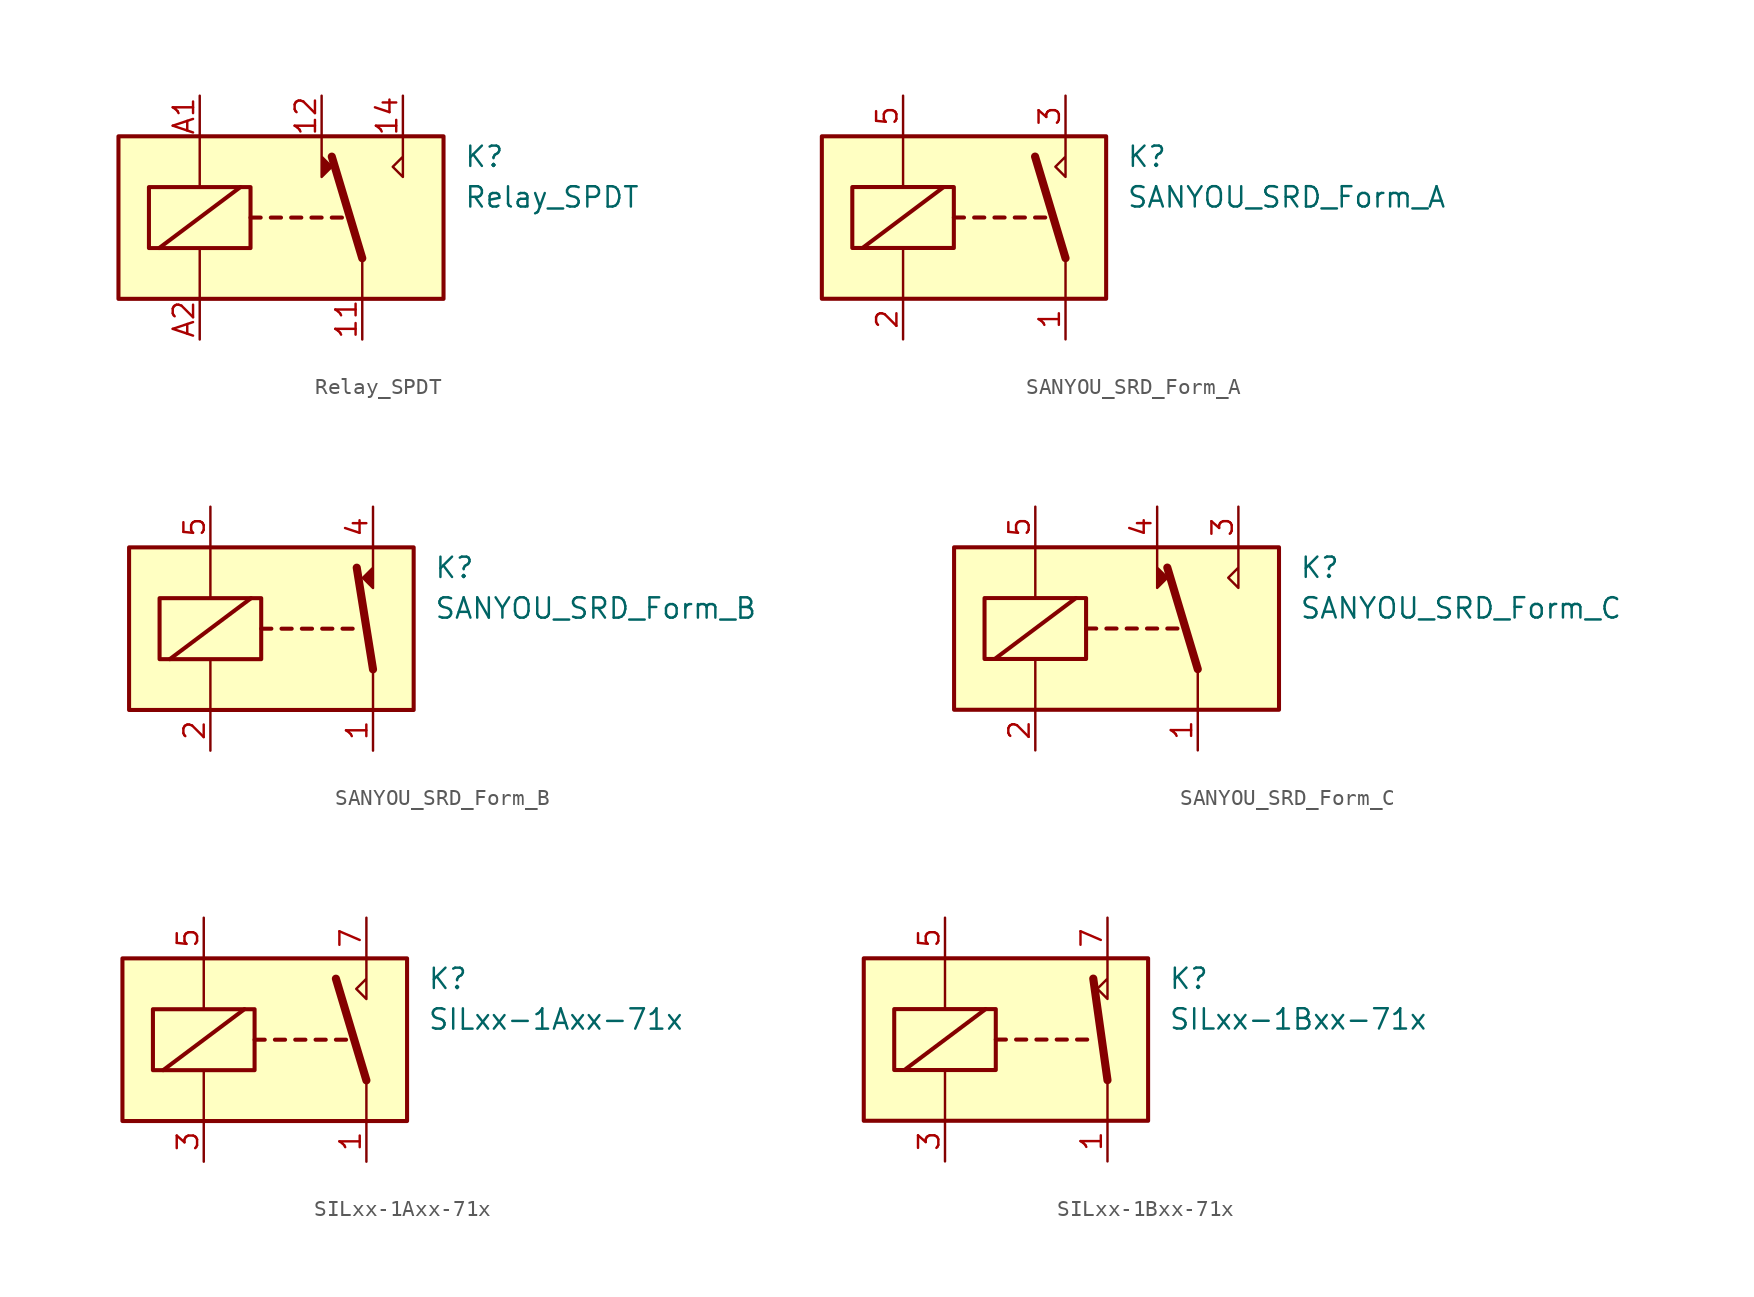
<source format=kicad_sym>
(kicad_symbol_lib
  (version 20241209)
  (generator "kicad_symbol_editor")
  (generator_version "9.0")
  (symbol "Relay_SPDT"
    (property "Reference" "K"
      (at 11.43 3.81 0)
      (effects (font (size 1.27 1.27)) (justify left)))
    (property "Value" "Relay_SPDT"
      (at 11.43 1.27 0)
      (effects (font (size 1.27 1.27)) (justify left)))
    (symbol "Relay_SPDT_0_0"
      (polyline (pts (xy 7.62 5.08) (xy 7.62 2.54) (xy 6.985 3.175) (xy 7.62 3.81)) (stroke (width 0) (type default)) (fill (type none))))
    (symbol "Relay_SPDT_0_1"
      (rectangle (start -10.16 5.08) (end 10.16 -5.08) (stroke (width 0.254) (type default)) (fill (type background)))
      (rectangle (start -8.255 1.905) (end -1.905 -1.905) (stroke (width 0.254) (type default)) (fill (type none)))
      (polyline (pts (xy -7.62 -1.905) (xy -2.54 1.905)) (stroke (width 0.254) (type default)) (fill (type none)))
      (polyline (pts (xy -5.08 5.08) (xy -5.08 1.905)) (stroke (width 0) (type default)) (fill (type none)))
      (polyline (pts (xy -5.08 -5.08) (xy -5.08 -1.905)) (stroke (width 0) (type default)) (fill (type none)))
      (polyline (pts (xy -1.905 0) (xy -1.27 0)) (stroke (width 0.254) (type default)) (fill (type none)))
      (polyline (pts (xy -0.635 0) (xy 0 0)) (stroke (width 0.254) (type default)) (fill (type none)))
      (polyline (pts (xy 0.635 0) (xy 1.27 0)) (stroke (width 0.254) (type default)) (fill (type none)))
      (polyline (pts (xy 1.905 0) (xy 2.54 0)) (stroke (width 0.254) (type default)) (fill (type none)))
      (polyline (pts (xy 2.54 5.08) (xy 2.54 2.54) (xy 3.175 3.175) (xy 2.54 3.81)) (stroke (width 0) (type default)) (fill (type outline)))
      (polyline (pts (xy 3.175 0) (xy 3.81 0)) (stroke (width 0.254) (type default)) (fill (type none)))
      (polyline (pts (xy 5.08 -2.54) (xy 3.175 3.81)) (stroke (width 0.508) (type default)) (fill (type none)))
      (polyline (pts (xy 5.08 -2.54) (xy 5.08 -5.08)) (stroke (width 0) (type default)) (fill (type none))))
    (symbol "Relay_SPDT_1_1"
      (pin passive line (at -5.08 7.62 270) (length 2.54) (name "~" (effects (font (size 1.27 1.27)))) (number "A1" (effects (font (size 1.27 1.27)))))
      (pin passive line (at -5.08 -7.62 90) (length 2.54) (name "~" (effects (font (size 1.27 1.27)))) (number "A2" (effects (font (size 1.27 1.27)))))
      (pin passive line (at 2.54 7.62 270) (length 2.54) (name "~" (effects (font (size 1.27 1.27)))) (number "12" (effects (font (size 1.27 1.27)))))
      (pin passive line (at 5.08 -7.62 90) (length 2.54) (name "~" (effects (font (size 1.27 1.27)))) (number "11" (effects (font (size 1.27 1.27)))))
      (pin passive line (at 7.62 7.62 270) (length 2.54) (name "~" (effects (font (size 1.27 1.27)))) (number "14" (effects (font (size 1.27 1.27)))))))
  (symbol "SANYOU_SRD_Form_A"
    (property "Reference" "K"
      (at 8.89 3.81 0)
      (effects (font (size 1.27 1.27)) (justify left)))
    (property "Value" "SANYOU_SRD_Form_A"
      (at 8.89 1.27 0)
      (effects (font (size 1.27 1.27)) (justify left)))
    (symbol "SANYOU_SRD_Form_A_0_0"
      (polyline (pts (xy 5.08 5.08) (xy 5.08 2.54) (xy 4.445 3.175) (xy 5.08 3.81)) (stroke (width 0) (type default)) (fill (type none))))
    (symbol "SANYOU_SRD_Form_A_0_1"
      (rectangle (start -10.16 5.08) (end 7.62 -5.08) (stroke (width 0.254) (type default)) (fill (type background)))
      (rectangle (start -8.255 1.905) (end -1.905 -1.905) (stroke (width 0.254) (type default)) (fill (type none)))
      (polyline (pts (xy -7.62 -1.905) (xy -2.54 1.905)) (stroke (width 0.254) (type default)) (fill (type none)))
      (polyline (pts (xy -5.08 5.08) (xy -5.08 1.905)) (stroke (width 0) (type default)) (fill (type none)))
      (polyline (pts (xy -5.08 -5.08) (xy -5.08 -1.905)) (stroke (width 0) (type default)) (fill (type none)))
      (polyline (pts (xy -1.905 0) (xy -1.27 0)) (stroke (width 0.254) (type default)) (fill (type none)))
      (polyline (pts (xy -0.635 0) (xy 0 0)) (stroke (width 0.254) (type default)) (fill (type none)))
      (polyline (pts (xy 0.635 0) (xy 1.27 0)) (stroke (width 0.254) (type default)) (fill (type none)))
      (polyline (pts (xy 1.905 0) (xy 2.54 0)) (stroke (width 0.254) (type default)) (fill (type none)))
      (polyline (pts (xy 3.175 0) (xy 3.81 0)) (stroke (width 0.254) (type default)) (fill (type none)))
      (polyline (pts (xy 5.08 -2.54) (xy 3.175 3.81)) (stroke (width 0.508) (type default)) (fill (type none)))
      (polyline (pts (xy 5.08 -2.54) (xy 5.08 -5.08)) (stroke (width 0) (type default)) (fill (type none))))
    (symbol "SANYOU_SRD_Form_A_1_1"
      (pin passive line (at -5.08 7.62 270) (length 2.54) (name "~" (effects (font (size 1.27 1.27)))) (number "5" (effects (font (size 1.27 1.27)))))
      (pin passive line (at -5.08 -7.62 90) (length 2.54) (name "~" (effects (font (size 1.27 1.27)))) (number "2" (effects (font (size 1.27 1.27)))))
      (pin passive line (at 5.08 7.62 270) (length 2.54) (name "~" (effects (font (size 1.27 1.27)))) (number "3" (effects (font (size 1.27 1.27)))))
      (pin passive line (at 5.08 -7.62 90) (length 2.54) (name "~" (effects (font (size 1.27 1.27)))) (number "1" (effects (font (size 1.27 1.27)))))))
  (symbol "SANYOU_SRD_Form_B"
    (property "Reference" "K"
      (at 8.89 3.81 0)
      (effects (font (size 1.27 1.27)) (justify left)))
    (property "Value" "SANYOU_SRD_Form_B"
      (at 8.89 1.27 0)
      (effects (font (size 1.27 1.27)) (justify left)))
    (symbol "SANYOU_SRD_Form_B_0_1"
      (rectangle (start -10.16 5.08) (end 7.62 -5.08) (stroke (width 0.254) (type default)) (fill (type background)))
      (rectangle (start -8.255 1.905) (end -1.905 -1.905) (stroke (width 0.254) (type default)) (fill (type none)))
      (polyline (pts (xy -7.62 -1.905) (xy -2.54 1.905)) (stroke (width 0.254) (type default)) (fill (type none)))
      (polyline (pts (xy -5.08 5.08) (xy -5.08 1.905)) (stroke (width 0) (type default)) (fill (type none)))
      (polyline (pts (xy -5.08 -5.08) (xy -5.08 -1.905)) (stroke (width 0) (type default)) (fill (type none)))
      (polyline (pts (xy -1.905 0) (xy -1.27 0)) (stroke (width 0.254) (type default)) (fill (type none)))
      (polyline (pts (xy -0.635 0) (xy 0 0)) (stroke (width 0.254) (type default)) (fill (type none)))
      (polyline (pts (xy 0.635 0) (xy 1.27 0)) (stroke (width 0.254) (type default)) (fill (type none)))
      (polyline (pts (xy 1.905 0) (xy 2.54 0)) (stroke (width 0.254) (type default)) (fill (type none)))
      (polyline (pts (xy 3.175 0) (xy 3.81 0)) (stroke (width 0.254) (type default)) (fill (type none)))
      (polyline (pts (xy 5.08 3.81) (xy 4.445 3.175) (xy 5.08 2.54) (xy 5.08 5.08)) (stroke (width 0) (type default)) (fill (type outline)))
      (polyline (pts (xy 5.08 -2.54) (xy 4.064 3.81)) (stroke (width 0.508) (type default)) (fill (type none)))
      (polyline (pts (xy 5.08 -2.54) (xy 5.08 -5.08)) (stroke (width 0) (type default)) (fill (type none))))
    (symbol "SANYOU_SRD_Form_B_1_1"
      (pin passive line (at -5.08 7.62 270) (length 2.54) (name "~" (effects (font (size 1.27 1.27)))) (number "5" (effects (font (size 1.27 1.27)))))
      (pin passive line (at -5.08 -7.62 90) (length 2.54) (name "~" (effects (font (size 1.27 1.27)))) (number "2" (effects (font (size 1.27 1.27)))))
      (pin passive line (at 5.08 7.62 270) (length 2.54) (name "~" (effects (font (size 1.27 1.27)))) (number "4" (effects (font (size 1.27 1.27)))))
      (pin passive line (at 5.08 -7.62 90) (length 2.54) (name "~" (effects (font (size 1.27 1.27)))) (number "1" (effects (font (size 1.27 1.27)))))))
  (symbol "SANYOU_SRD_Form_C"
    (property "Reference" "K"
      (at 11.43 3.81 0)
      (effects (font (size 1.27 1.27)) (justify left)))
    (property "Value" "SANYOU_SRD_Form_C"
      (at 11.43 1.27 0)
      (effects (font (size 1.27 1.27)) (justify left)))
    (symbol "SANYOU_SRD_Form_C_0_0"
      (polyline (pts (xy 7.62 5.08) (xy 7.62 2.54) (xy 6.985 3.175) (xy 7.62 3.81)) (stroke (width 0) (type default)) (fill (type none))))
    (symbol "SANYOU_SRD_Form_C_0_1"
      (rectangle (start -10.16 5.08) (end 10.16 -5.08) (stroke (width 0.254) (type default)) (fill (type background)))
      (rectangle (start -8.255 1.905) (end -1.905 -1.905) (stroke (width 0.254) (type default)) (fill (type none)))
      (polyline (pts (xy -7.62 -1.905) (xy -2.54 1.905)) (stroke (width 0.254) (type default)) (fill (type none)))
      (polyline (pts (xy -5.08 5.08) (xy -5.08 1.905)) (stroke (width 0) (type default)) (fill (type none)))
      (polyline (pts (xy -5.08 -5.08) (xy -5.08 -1.905)) (stroke (width 0) (type default)) (fill (type none)))
      (polyline (pts (xy -1.905 0) (xy -1.27 0)) (stroke (width 0.254) (type default)) (fill (type none)))
      (polyline (pts (xy -0.635 0) (xy 0 0)) (stroke (width 0.254) (type default)) (fill (type none)))
      (polyline (pts (xy 0.635 0) (xy 1.27 0)) (stroke (width 0.254) (type default)) (fill (type none)))
      (polyline (pts (xy 1.905 0) (xy 2.54 0)) (stroke (width 0.254) (type default)) (fill (type none)))
      (polyline (pts (xy 3.175 0) (xy 3.81 0)) (stroke (width 0.254) (type default)) (fill (type none)))
      (polyline (pts (xy 5.08 -2.54) (xy 3.175 3.81)) (stroke (width 0.508) (type default)) (fill (type none)))
      (polyline (pts (xy 5.08 -2.54) (xy 5.08 -5.08)) (stroke (width 0) (type default)) (fill (type none))))
    (symbol "SANYOU_SRD_Form_C_1_1"
      (polyline (pts (xy 2.54 3.81) (xy 3.175 3.175) (xy 2.54 2.54) (xy 2.54 5.08)) (stroke (width 0) (type default)) (fill (type outline)))
      (pin passive line (at -5.08 7.62 270) (length 2.54) (name "~" (effects (font (size 1.27 1.27)))) (number "5" (effects (font (size 1.27 1.27)))))
      (pin passive line (at -5.08 -7.62 90) (length 2.54) (name "~" (effects (font (size 1.27 1.27)))) (number "2" (effects (font (size 1.27 1.27)))))
      (pin passive line (at 2.54 7.62 270) (length 2.54) (name "~" (effects (font (size 1.27 1.27)))) (number "4" (effects (font (size 1.27 1.27)))))
      (pin passive line (at 5.08 -7.62 90) (length 2.54) (name "~" (effects (font (size 1.27 1.27)))) (number "1" (effects (font (size 1.27 1.27)))))
      (pin passive line (at 7.62 7.62 270) (length 2.54) (name "~" (effects (font (size 1.27 1.27)))) (number "3" (effects (font (size 1.27 1.27)))))))
  (symbol "SILxx-1Axx-71x"
    (property "Reference" "K"
      (at 8.89 3.81 0)
      (effects (font (size 1.27 1.27)) (justify left)))
    (property "Value" "SILxx-1Axx-71x"
      (at 8.89 1.27 0)
      (effects (font (size 1.27 1.27)) (justify left)))
    (symbol "SILxx-1Axx-71x_0_0"
      (polyline (pts (xy 5.08 5.08) (xy 5.08 2.54) (xy 4.445 3.175) (xy 5.08 3.81)) (stroke (width 0) (type default)) (fill (type none))))
    (symbol "SILxx-1Axx-71x_0_1"
      (rectangle (start -10.16 5.08) (end 7.62 -5.08) (stroke (width 0.254) (type default)) (fill (type background)))
      (rectangle (start -8.255 1.905) (end -1.905 -1.905) (stroke (width 0.254) (type default)) (fill (type none)))
      (polyline (pts (xy -7.62 -1.905) (xy -2.54 1.905)) (stroke (width 0.254) (type default)) (fill (type none)))
      (polyline (pts (xy -5.08 5.08) (xy -5.08 1.905)) (stroke (width 0) (type default)) (fill (type none)))
      (polyline (pts (xy -5.08 -5.08) (xy -5.08 -1.905)) (stroke (width 0) (type default)) (fill (type none)))
      (polyline (pts (xy -1.905 0) (xy -1.27 0)) (stroke (width 0.254) (type default)) (fill (type none)))
      (polyline (pts (xy -0.635 0) (xy 0 0)) (stroke (width 0.254) (type default)) (fill (type none)))
      (polyline (pts (xy 0.635 0) (xy 1.27 0)) (stroke (width 0.254) (type default)) (fill (type none)))
      (polyline (pts (xy 1.905 0) (xy 2.54 0)) (stroke (width 0.254) (type default)) (fill (type none)))
      (polyline (pts (xy 3.175 0) (xy 3.81 0)) (stroke (width 0.254) (type default)) (fill (type none)))
      (polyline (pts (xy 5.08 -2.54) (xy 3.175 3.81)) (stroke (width 0.508) (type default)) (fill (type none)))
      (polyline (pts (xy 5.08 -2.54) (xy 5.08 -5.08)) (stroke (width 0) (type default)) (fill (type none))))
    (symbol "SILxx-1Axx-71x_1_1"
      (pin passive line (at -5.08 7.62 270) (length 2.54) (name "~" (effects (font (size 1.27 1.27)))) (number "5" (effects (font (size 1.27 1.27)))))
      (pin passive line (at -5.08 -7.62 90) (length 2.54) (name "~" (effects (font (size 1.27 1.27)))) (number "3" (effects (font (size 1.27 1.27)))))
      (pin passive line (at 5.08 7.62 270) (length 2.54) (name "~" (effects (font (size 1.27 1.27)))) (number "7" (effects (font (size 1.27 1.27)))))
      (pin passive line (at 5.08 -7.62 90) (length 2.54) (name "~" (effects (font (size 1.27 1.27)))) (number "1" (effects (font (size 1.27 1.27)))))))
  (symbol "SILxx-1Bxx-71x"
    (property "Reference" "K"
      (at 8.89 3.81 0)
      (effects (font (size 1.27 1.27)) (justify left)))
    (property "Value" "SILxx-1Bxx-71x"
      (at 8.89 1.27 0)
      (effects (font (size 1.27 1.27)) (justify left)))
    (symbol "SILxx-1Bxx-71x_0_0"
      (polyline (pts (xy 5.08 5.08) (xy 5.08 2.54) (xy 4.445 3.175) (xy 5.08 3.81)) (stroke (width 0) (type default)) (fill (type none))))
    (symbol "SILxx-1Bxx-71x_0_1"
      (rectangle (start -10.16 5.08) (end 7.62 -5.08) (stroke (width 0.254) (type default)) (fill (type background)))
      (rectangle (start -8.255 1.905) (end -1.905 -1.905) (stroke (width 0.254) (type default)) (fill (type none)))
      (polyline (pts (xy -7.62 -1.905) (xy -2.54 1.905)) (stroke (width 0.254) (type default)) (fill (type none)))
      (polyline (pts (xy -5.08 5.08) (xy -5.08 1.905)) (stroke (width 0) (type default)) (fill (type none)))
      (polyline (pts (xy -5.08 -5.08) (xy -5.08 -1.905)) (stroke (width 0) (type default)) (fill (type none)))
      (polyline (pts (xy -1.905 0) (xy -1.27 0)) (stroke (width 0.254) (type default)) (fill (type none)))
      (polyline (pts (xy -0.635 0) (xy 0 0)) (stroke (width 0.254) (type default)) (fill (type none)))
      (polyline (pts (xy 0.635 0) (xy 1.27 0)) (stroke (width 0.254) (type default)) (fill (type none)))
      (polyline (pts (xy 1.905 0) (xy 2.54 0)) (stroke (width 0.254) (type default)) (fill (type none)))
      (polyline (pts (xy 3.175 0) (xy 3.81 0)) (stroke (width 0.254) (type default)) (fill (type none)))
      (polyline (pts (xy 5.08 -2.54) (xy 4.191 3.81)) (stroke (width 0.508) (type default)) (fill (type none)))
      (polyline (pts (xy 5.08 -2.54) (xy 5.08 -5.08)) (stroke (width 0) (type default)) (fill (type none))))
    (symbol "SILxx-1Bxx-71x_1_1"
      (pin passive line (at -5.08 7.62 270) (length 2.54) (name "~" (effects (font (size 1.27 1.27)))) (number "5" (effects (font (size 1.27 1.27)))))
      (pin passive line (at -5.08 -7.62 90) (length 2.54) (name "~" (effects (font (size 1.27 1.27)))) (number "3" (effects (font (size 1.27 1.27)))))
      (pin passive line (at 5.08 7.62 270) (length 2.54) (name "~" (effects (font (size 1.27 1.27)))) (number "7" (effects (font (size 1.27 1.27)))))
      (pin passive line (at 5.08 -7.62 90) (length 2.54) (name "~" (effects (font (size 1.27 1.27)))) (number "1" (effects (font (size 1.27 1.27))))))))
</source>
